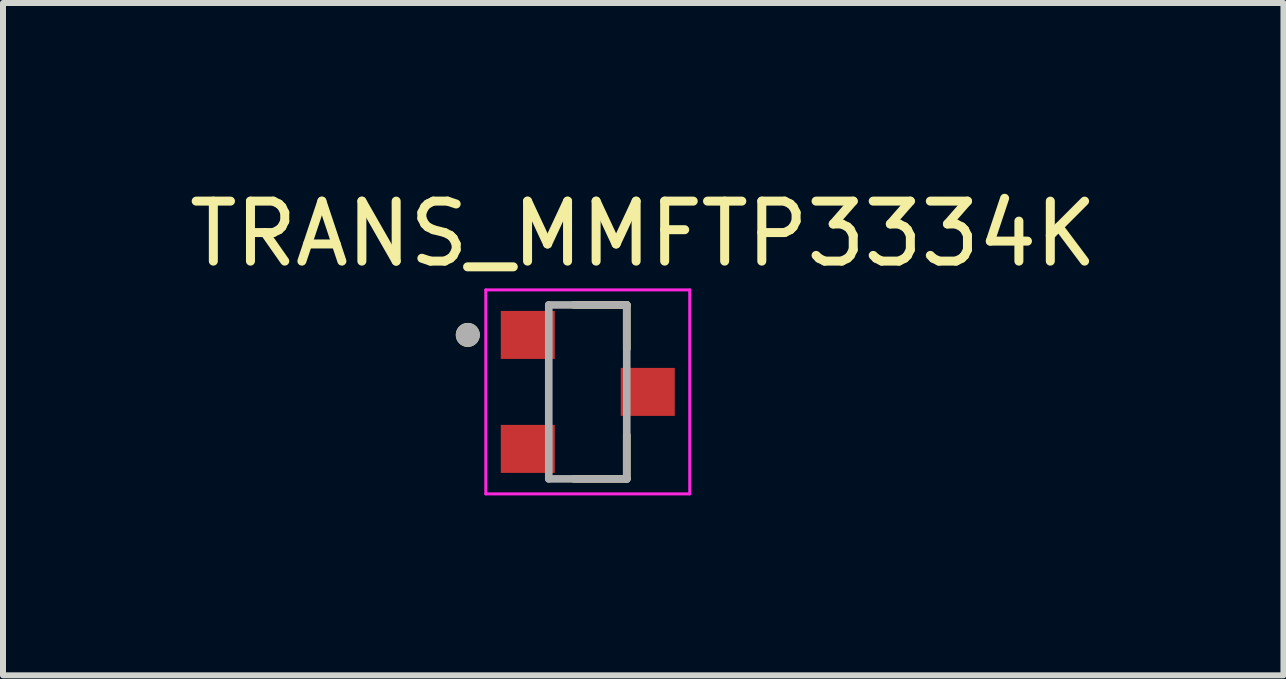
<source format=kicad_pcb>
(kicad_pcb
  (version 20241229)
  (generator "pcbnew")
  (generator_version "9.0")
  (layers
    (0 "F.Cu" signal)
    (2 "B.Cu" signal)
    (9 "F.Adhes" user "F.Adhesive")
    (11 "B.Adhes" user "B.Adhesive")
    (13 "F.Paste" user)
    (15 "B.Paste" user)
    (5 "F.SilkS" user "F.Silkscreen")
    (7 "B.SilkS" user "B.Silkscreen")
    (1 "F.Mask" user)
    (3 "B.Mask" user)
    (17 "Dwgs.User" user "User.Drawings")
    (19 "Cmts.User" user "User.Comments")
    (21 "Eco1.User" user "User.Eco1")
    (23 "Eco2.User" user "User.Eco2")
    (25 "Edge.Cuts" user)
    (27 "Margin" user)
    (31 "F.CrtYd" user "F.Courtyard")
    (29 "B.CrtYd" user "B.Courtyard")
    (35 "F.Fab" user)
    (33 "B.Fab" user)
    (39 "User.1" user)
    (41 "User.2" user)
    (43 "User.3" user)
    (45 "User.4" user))
  (footprint "TRANS_MMFTP3334K"
    (layer "F.Cu")
    (at 6.748 3.483)
    (property "Reference" "TRANS_MMFTP3334K" (at 0.925 -2.635 0) (layer "F.SilkS") (effects (font (size 1 1) (thickness 0.15))))
    (attr smd)
    (fp_line (start -0.23 1.45) (end 0.65 1.45) (stroke (width 0.127) (type solid)) (layer "F.SilkS"))
    (fp_line (start 0.65 -1.45) (end -0.23 -1.45) (stroke (width 0.127) (type solid)) (layer "F.SilkS"))
    (fp_line (start 0.65 -0.72) (end 0.65 -1.45) (stroke (width 0.127) (type solid)) (layer "F.SilkS"))
    (fp_line (start 0.65 1.45) (end 0.65 0.72) (stroke (width 0.127) (type solid)) (layer "F.SilkS"))
    (fp_circle (center -2 -0.95) (end -1.9 -0.95) (stroke (width 0.2) (type solid)) (fill no) (layer "F.SilkS"))
    (fp_line (start -1.7 -1.7) (end -1.7 1.7) (stroke (width 0.05) (type solid)) (layer "F.CrtYd"))
    (fp_line (start -1.7 1.7) (end 1.7 1.7) (stroke (width 0.05) (type solid)) (layer "F.CrtYd"))
    (fp_line (start 1.7 -1.7) (end -1.7 -1.7) (stroke (width 0.05) (type solid)) (layer "F.CrtYd"))
    (fp_line (start 1.7 1.7) (end 1.7 -1.7) (stroke (width 0.05) (type solid)) (layer "F.CrtYd"))
    (fp_line (start -0.65 -1.45) (end -0.65 1.45) (stroke (width 0.127) (type solid)) (layer "F.Fab"))
    (fp_line (start -0.65 1.45) (end 0.65 1.45) (stroke (width 0.127) (type solid)) (layer "F.Fab"))
    (fp_line (start 0.65 -1.45) (end -0.65 -1.45) (stroke (width 0.127) (type solid)) (layer "F.Fab"))
    (fp_line (start 0.65 1.45) (end 0.65 -1.45) (stroke (width 0.127) (type solid)) (layer "F.Fab"))
    (fp_circle (center -2 -0.95) (end -1.9 -0.95) (stroke (width 0.2) (type solid)) (fill no) (layer "F.Fab"))
    (pad "1" smd rect (at -1 -0.95) (size 0.9 0.8) (layers "F.Cu" "F.Mask" "F.Paste"))
    (pad "2" smd rect (at -1 0.95) (size 0.9 0.8) (layers "F.Cu" "F.Mask" "F.Paste"))
    (pad "3" smd rect (at 1 0) (size 0.9 0.8) (layers "F.Cu" "F.Mask" "F.Paste")))
  (gr_rect
    (start -3 -3)
    (end 18.345 8.208)
    (stroke (width 0.1) (type default))
    (fill no)
    (layer "Edge.Cuts")))
</source>
